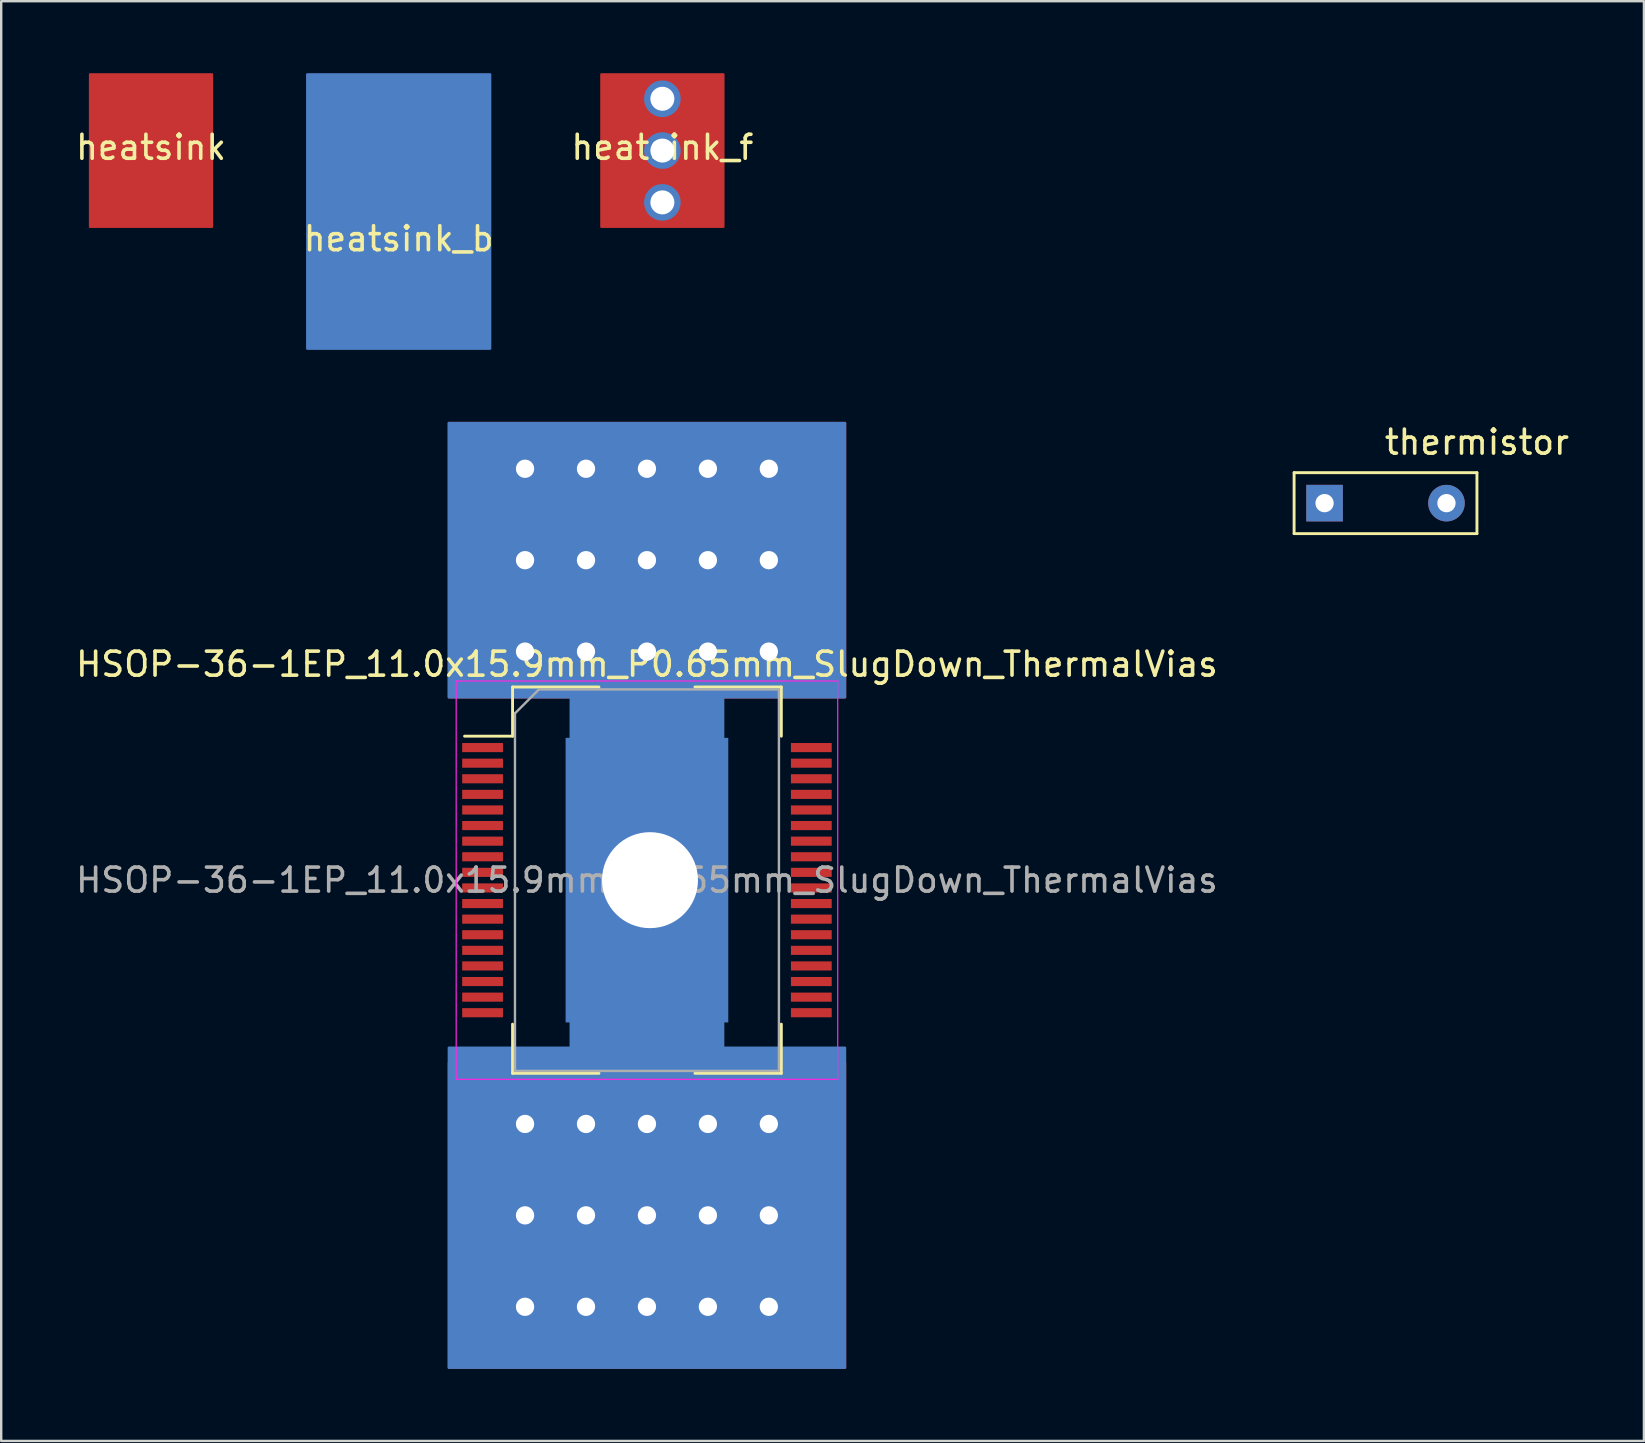
<source format=kicad_pcb>
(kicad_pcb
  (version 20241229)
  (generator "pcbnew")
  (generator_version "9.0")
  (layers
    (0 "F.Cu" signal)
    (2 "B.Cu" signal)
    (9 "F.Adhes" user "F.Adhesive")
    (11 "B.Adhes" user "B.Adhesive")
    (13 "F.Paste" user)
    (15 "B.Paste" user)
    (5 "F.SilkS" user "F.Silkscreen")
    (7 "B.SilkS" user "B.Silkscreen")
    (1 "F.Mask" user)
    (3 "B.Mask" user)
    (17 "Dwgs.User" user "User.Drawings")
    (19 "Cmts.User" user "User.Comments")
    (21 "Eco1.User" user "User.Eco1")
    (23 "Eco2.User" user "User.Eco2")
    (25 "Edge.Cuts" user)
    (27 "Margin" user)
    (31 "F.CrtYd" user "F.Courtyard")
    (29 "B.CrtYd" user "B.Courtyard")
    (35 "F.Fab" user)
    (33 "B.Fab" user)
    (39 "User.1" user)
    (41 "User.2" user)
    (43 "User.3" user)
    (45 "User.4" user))
  (footprint "heatsink"
    (layer "F.Cu")
    (at 3.244 2.59)
    (property "Reference" "heatsink" (at 0 0.5 0) (layer "F.SilkS") (effects (font (size 1 1) (thickness 0.15))))
    (attr through_hole)
    (fp_poly (pts (xy 2.54 3.81) (xy -2.54 3.81) (xy -2.54 -2.54) (xy 2.54 -2.54)) (stroke (width 0.1) (type solid)) (fill yes) (layer "F.Cu")))
  (footprint "thermistor"
    (layer "F.Cu")
    (at 52.151 17.918)
    (property "Reference" "thermistor" (at 6.35 -2.54 0) (layer "F.SilkS") (effects (font (size 1 1) (thickness 0.15))))
    (attr through_hole)
    (fp_line (start -1.27 -1.27) (end 6.35 -1.27) (stroke (width 0.12) (type solid)) (layer "F.SilkS"))
    (fp_line (start -1.27 1.27) (end -1.27 -1.27) (stroke (width 0.12) (type solid)) (layer "F.SilkS"))
    (fp_line (start 6.35 -1.27) (end 6.35 1.27) (stroke (width 0.12) (type solid)) (layer "F.SilkS"))
    (fp_line (start 6.35 1.27) (end -1.27 1.27) (stroke (width 0.12) (type solid)) (layer "F.SilkS"))
    (pad "1" thru_hole rect (at 0 0) (size 1.524 1.524) (drill 0.762) (layers "*.Cu" "*.Mask"))
    (pad "2" thru_hole circle (at 5.08 0) (size 1.524 1.524) (drill 0.762) (layers "*.Cu" "*.Mask")))
  (footprint "heatsink_f"
    (layer "F.Cu")
    (at 24.554 2.59)
    (property "Reference" "heatsink_f" (at 0 0.5 0) (layer "F.SilkS") (effects (font (size 1 1) (thickness 0.15))))
    (attr through_hole)
    (fp_poly (pts (xy 2.54 3.81) (xy -2.54 3.81) (xy -2.54 -2.54) (xy 2.54 -2.54)) (stroke (width 0.1) (type solid)) (fill yes) (layer "F.Cu"))
    (pad "1" thru_hole circle (at 0 -1.524) (size 1.524 1.524) (drill 1) (layers "*.Cu" "*.Mask"))
    (pad "2" thru_hole circle (at 0 0.635) (size 1.524 1.524) (drill 1) (layers "*.Cu" "*.Mask"))
    (pad "3" thru_hole circle (at 0 2.794) (size 1.524 1.524) (drill 1) (layers "*.Cu" "*.Mask")))
  (footprint "HSOP-36-1EP_11.0x15.9mm_P0.65mm_SlugDown_ThermalVias"
    (layer "F.Cu")
    (at 23.911 33.63)
    (property "Reference" "HSOP-36-1EP_11.0x15.9mm_P0.65mm_SlugDown_ThermalVias" (at 0 -9 0) (layer "F.SilkS") (effects (font (size 1 1) (thickness 0.15))))
    (attr smd)
    (fp_poly (pts (xy 8.255 -7.62) (xy -8.255 -7.62) (xy -8.255 -19.05) (xy 8.255 -19.05)) (stroke (width 0.1) (type solid)) (fill yes) (layer "F.Cu"))
    (fp_poly (pts (xy 8.255 20.32) (xy -8.255 20.32) (xy -8.255 7.62) (xy 8.255 7.62)) (stroke (width 0.1) (type solid)) (fill yes) (layer "F.Cu"))
    (fp_poly (pts (xy 3.175 6.985) (xy -3.175 6.985) (xy -3.175 5.715) (xy 3.175 5.715)) (stroke (width 0.1) (type solid)) (fill yes) (layer "B.Cu"))
    (fp_poly (pts (xy 8.255 20.32) (xy -8.255 20.32) (xy -8.255 6.985) (xy 8.255 6.985)) (stroke (width 0.1) (type solid)) (fill yes) (layer "B.Cu"))
    (fp_poly (pts (xy 8.255 -7.62) (xy 3.175 -7.62) (xy 3.175 -5.715) (xy -3.175 -5.715) (xy -3.175 -7.62) (xy -8.255 -7.62) (xy -8.255 -19.05) (xy 8.255 -19.05)) (stroke (width 0.1) (type solid)) (fill yes) (layer "B.Cu"))
    (fp_line (start -5.6 -8.05) (end -5.6 -6) (stroke (width 0.12) (type solid)) (layer "F.SilkS"))
    (fp_line (start -5.6 -6) (end -7.6 -6) (stroke (width 0.12) (type solid)) (layer "F.SilkS"))
    (fp_line (start -5.6 8.05) (end -5.6 6) (stroke (width 0.12) (type solid)) (layer "F.SilkS"))
    (fp_line (start -2 -8.05) (end -5.6 -8.05) (stroke (width 0.12) (type solid)) (layer "F.SilkS"))
    (fp_line (start -2 8.05) (end -5.6 8.05) (stroke (width 0.12) (type solid)) (layer "F.SilkS"))
    (fp_line (start 5.6 -8.05) (end 2 -8.05) (stroke (width 0.12) (type solid)) (layer "F.SilkS"))
    (fp_line (start 5.6 -8.05) (end 5.6 -6) (stroke (width 0.12) (type solid)) (layer "F.SilkS"))
    (fp_line (start 5.6 8.05) (end 2 8.05) (stroke (width 0.12) (type solid)) (layer "F.SilkS"))
    (fp_line (start 5.6 8.05) (end 5.6 6) (stroke (width 0.12) (type solid)) (layer "F.SilkS"))
    (fp_line (start -7.95 -8.3) (end -7.95 8.3) (stroke (width 0.05) (type solid)) (layer "F.CrtYd"))
    (fp_line (start -7.95 -8.3) (end 7.95 -8.3) (stroke (width 0.05) (type solid)) (layer "F.CrtYd"))
    (fp_line (start 7.95 8.3) (end -7.95 8.3) (stroke (width 0.05) (type solid)) (layer "F.CrtYd"))
    (fp_line (start 7.95 8.3) (end 7.95 -8.3) (stroke (width 0.05) (type solid)) (layer "F.CrtYd"))
    (fp_line (start -5.5 -6.95) (end -5.5 7.95) (stroke (width 0.1) (type solid)) (layer "F.Fab"))
    (fp_line (start -5.5 7.95) (end 5.5 7.95) (stroke (width 0.1) (type solid)) (layer "F.Fab"))
    (fp_line (start -4.5 -7.95) (end -5.5 -6.95) (stroke (width 0.1) (type solid)) (layer "F.Fab"))
    (fp_line (start 5.5 -7.95) (end -4.5 -7.95) (stroke (width 0.1) (type solid)) (layer "F.Fab"))
    (fp_line (start 5.5 7.95) (end 5.5 -7.95) (stroke (width 0.1) (type solid)) (layer "F.Fab"))
    (fp_text user "${REFERENCE}" (at 0 0 0) (layer "F.Fab") (effects (font (size 1 1) (thickness 0.15))))
    (pad "1" smd rect (at -6.85 -5.525) (size 1.7 0.38) (layers "F.Cu" "F.Mask" "F.Paste"))
    (pad "2" smd rect (at -6.85 -4.875) (size 1.7 0.38) (layers "F.Cu" "F.Mask" "F.Paste"))
    (pad "3" smd rect (at -6.85 -4.225) (size 1.7 0.38) (layers "F.Cu" "F.Mask" "F.Paste"))
    (pad "4" smd rect (at -6.85 -3.575) (size 1.7 0.38) (layers "F.Cu" "F.Mask" "F.Paste"))
    (pad "5" smd rect (at -6.85 -2.925) (size 1.7 0.38) (layers "F.Cu" "F.Mask" "F.Paste"))
    (pad "6" smd rect (at -6.85 -2.275) (size 1.7 0.38) (layers "F.Cu" "F.Mask" "F.Paste"))
    (pad "7" smd rect (at -6.85 -1.625) (size 1.7 0.38) (layers "F.Cu" "F.Mask" "F.Paste"))
    (pad "8" smd rect (at -6.85 -0.975) (size 1.7 0.38) (layers "F.Cu" "F.Mask" "F.Paste"))
    (pad "9" smd rect (at -6.85 -0.325) (size 1.7 0.38) (layers "F.Cu" "F.Mask" "F.Paste"))
    (pad "10" smd rect (at -6.85 0.325) (size 1.7 0.38) (layers "F.Cu" "F.Mask" "F.Paste"))
    (pad "11" smd rect (at -6.85 0.975) (size 1.7 0.38) (layers "F.Cu" "F.Mask" "F.Paste"))
    (pad "12" smd rect (at -6.85 1.625) (size 1.7 0.38) (layers "F.Cu" "F.Mask" "F.Paste"))
    (pad "13" smd rect (at -6.85 2.275) (size 1.7 0.38) (layers "F.Cu" "F.Mask" "F.Paste"))
    (pad "14" smd rect (at -6.85 2.925) (size 1.7 0.38) (layers "F.Cu" "F.Mask" "F.Paste"))
    (pad "15" smd rect (at -6.85 3.575) (size 1.7 0.38) (layers "F.Cu" "F.Mask" "F.Paste"))
    (pad "16" smd rect (at -6.85 4.225) (size 1.7 0.38) (layers "F.Cu" "F.Mask" "F.Paste"))
    (pad "17" smd rect (at -6.85 4.875) (size 1.7 0.38) (layers "F.Cu" "F.Mask" "F.Paste"))
    (pad "18" smd rect (at -6.85 5.525) (size 1.7 0.38) (layers "F.Cu" "F.Mask" "F.Paste"))
    (pad "19" smd rect (at 6.85 5.525) (size 1.7 0.38) (layers "F.Cu" "F.Mask" "F.Paste"))
    (pad "20" smd rect (at 6.85 4.875) (size 1.7 0.38) (layers "F.Cu" "F.Mask" "F.Paste"))
    (pad "21" smd rect (at 6.85 4.225) (size 1.7 0.38) (layers "F.Cu" "F.Mask" "F.Paste"))
    (pad "22" smd rect (at 6.85 3.575) (size 1.7 0.38) (layers "F.Cu" "F.Mask" "F.Paste"))
    (pad "23" smd rect (at 6.85 2.925) (size 1.7 0.38) (layers "F.Cu" "F.Mask" "F.Paste"))
    (pad "24" smd rect (at 6.85 2.275) (size 1.7 0.38) (layers "F.Cu" "F.Mask" "F.Paste"))
    (pad "25" smd rect (at 6.85 1.625) (size 1.7 0.38) (layers "F.Cu" "F.Mask" "F.Paste"))
    (pad "26" smd rect (at 6.85 0.975) (size 1.7 0.38) (layers "F.Cu" "F.Mask" "F.Paste"))
    (pad "27" smd rect (at 6.85 0.325) (size 1.7 0.38) (layers "F.Cu" "F.Mask" "F.Paste"))
    (pad "28" smd rect (at 6.85 -0.325) (size 1.7 0.38) (layers "F.Cu" "F.Mask" "F.Paste"))
    (pad "29" smd rect (at 6.85 -0.975) (size 1.7 0.38) (layers "F.Cu" "F.Mask" "F.Paste"))
    (pad "30" smd rect (at 6.85 -1.625) (size 1.7 0.38) (layers "F.Cu" "F.Mask" "F.Paste"))
    (pad "31" smd rect (at 6.85 -2.275) (size 1.7 0.38) (layers "F.Cu" "F.Mask" "F.Paste"))
    (pad "32" smd rect (at 6.85 -2.925) (size 1.7 0.38) (layers "F.Cu" "F.Mask" "F.Paste"))
    (pad "33" smd rect (at 6.85 -3.575) (size 1.7 0.38) (layers "F.Cu" "F.Mask" "F.Paste"))
    (pad "34" smd rect (at 6.85 -4.225) (size 1.7 0.38) (layers "F.Cu" "F.Mask" "F.Paste"))
    (pad "35" smd rect (at 6.85 -4.875) (size 1.7 0.38) (layers "F.Cu" "F.Mask" "F.Paste"))
    (pad "36" smd rect (at 6.85 -5.525) (size 1.7 0.38) (layers "F.Cu" "F.Mask" "F.Paste"))
    (pad "37" smd rect (at 0 -6.843) (size 3.4 2.415) (layers "F.Cu" "F.Mask" "F.Paste"))
    (pad "37" smd rect (at 0 0) (size 6.4 11.27) (layers "F.Cu" "F.Mask" "F.Paste"))
    (pad "37" smd rect (at 0 0) (size 6.78 11.86) (layers "B.Cu"))
    (pad "37" smd rect (at 0 6.843) (size 3.4 2.415) (layers "F.Cu" "F.Mask" "F.Paste"))
    (pad "38" thru_hole circle (at 0 10.16 90) (size 1.524 1.524) (drill 0.762) (layers "*.Cu" "*.Mask"))
    (pad "38" thru_hole circle (at 0.127 0 90) (size 5 5) (drill 4) (layers "*.Cu" "*.Mask"))
    (pad "40" thru_hole circle (at 0 13.97) (size 1.524 1.524) (drill 0.762) (layers "*.Cu" "*.Mask"))
    (pad "42" thru_hole circle (at 0 17.78) (size 1.524 1.524) (drill 0.762) (layers "*.Cu" "*.Mask"))
    (pad "43" thru_hole circle (at 2.54 10.16) (size 1.524 1.524) (drill 0.762) (layers "*.Cu" "*.Mask"))
    (pad "45" thru_hole circle (at 2.54 13.97) (size 1.524 1.524) (drill 0.762) (layers "*.Cu" "*.Mask"))
    (pad "47" thru_hole circle (at 2.54 17.78) (size 1.524 1.524) (drill 0.762) (layers "*.Cu" "*.Mask"))
    (pad "48" thru_hole circle (at 5.08 10.16) (size 1.524 1.524) (drill 0.762) (layers "*.Cu" "*.Mask"))
    (pad "50" thru_hole circle (at 5.08 13.97) (size 1.524 1.524) (drill 0.762) (layers "*.Cu" "*.Mask"))
    (pad "52" thru_hole circle (at 5.08 17.78) (size 1.524 1.524) (drill 0.762) (layers "*.Cu" "*.Mask"))
    (pad "53" thru_hole circle (at -2.54 10.16) (size 1.524 1.524) (drill 0.762) (layers "*.Cu" "*.Mask"))
    (pad "55" thru_hole circle (at -2.54 13.97) (size 1.524 1.524) (drill 0.762) (layers "*.Cu" "*.Mask"))
    (pad "57" thru_hole circle (at -2.54 17.78) (size 1.524 1.524) (drill 0.762) (layers "*.Cu" "*.Mask"))
    (pad "58" thru_hole circle (at -5.08 10.16) (size 1.524 1.524) (drill 0.762) (layers "*.Cu" "*.Mask"))
    (pad "60" thru_hole circle (at -5.08 13.97) (size 1.524 1.524) (drill 0.762) (layers "*.Cu" "*.Mask"))
    (pad "62" thru_hole circle (at -5.08 17.78) (size 1.524 1.524) (drill 0.762) (layers "*.Cu" "*.Mask"))
    (pad "63" thru_hole circle (at 0 -9.525) (size 1.524 1.524) (drill 0.762) (layers "*.Cu" "*.Mask"))
    (pad "65" thru_hole circle (at 0 -13.335) (size 1.524 1.524) (drill 0.762) (layers "*.Cu" "*.Mask"))
    (pad "67" thru_hole circle (at 0 -17.145) (size 1.524 1.524) (drill 0.762) (layers "*.Cu" "*.Mask"))
    (pad "68" thru_hole circle (at 2.54 -9.525) (size 1.524 1.524) (drill 0.762) (layers "*.Cu" "*.Mask"))
    (pad "70" thru_hole circle (at 2.54 -13.335) (size 1.524 1.524) (drill 0.762) (layers "*.Cu" "*.Mask"))
    (pad "72" thru_hole circle (at 2.54 -17.145) (size 1.524 1.524) (drill 0.762) (layers "*.Cu" "*.Mask"))
    (pad "73" thru_hole circle (at 5.08 -9.525) (size 1.524 1.524) (drill 0.762) (layers "*.Cu" "*.Mask"))
    (pad "75" thru_hole circle (at 5.08 -13.335) (size 1.524 1.524) (drill 0.762) (layers "*.Cu" "*.Mask"))
    (pad "77" thru_hole circle (at 5.08 -17.145) (size 1.524 1.524) (drill 0.762) (layers "*.Cu" "*.Mask"))
    (pad "78" thru_hole circle (at -2.54 -9.525) (size 1.524 1.524) (drill 0.762) (layers "*.Cu" "*.Mask"))
    (pad "80" thru_hole circle (at -2.54 -13.335) (size 1.524 1.524) (drill 0.762) (layers "*.Cu" "*.Mask"))
    (pad "82" thru_hole circle (at -2.54 -17.145) (size 1.524 1.524) (drill 0.762) (layers "*.Cu" "*.Mask"))
    (pad "83" thru_hole circle (at -5.08 -9.525) (size 1.524 1.524) (drill 0.762) (layers "*.Cu" "*.Mask"))
    (pad "85" thru_hole circle (at -5.08 -13.335) (size 1.524 1.524) (drill 0.762) (layers "*.Cu" "*.Mask"))
    (pad "87" thru_hole circle (at -5.08 -17.145) (size 1.524 1.524) (drill 0.762) (layers "*.Cu" "*.Mask")))
  (footprint "heatsink_b"
    (layer "F.Cu")
    (at 13.565 6.4)
    (property "Reference" "heatsink_b" (at 0 0.5 0) (layer "F.SilkS") (effects (font (size 1 1) (thickness 0.15))))
    (attr through_hole)
    (fp_poly (pts (xy 3.81 5.08) (xy -3.81 5.08) (xy -3.81 -6.35) (xy 3.81 -6.35)) (stroke (width 0.1) (type solid)) (fill yes) (layer "B.Cu")))
  (gr_rect
    (start -3 -3)
    (end 65.46 57)
    (stroke (width 0.1) (type default))
    (fill no)
    (layer "Edge.Cuts")))
</source>
